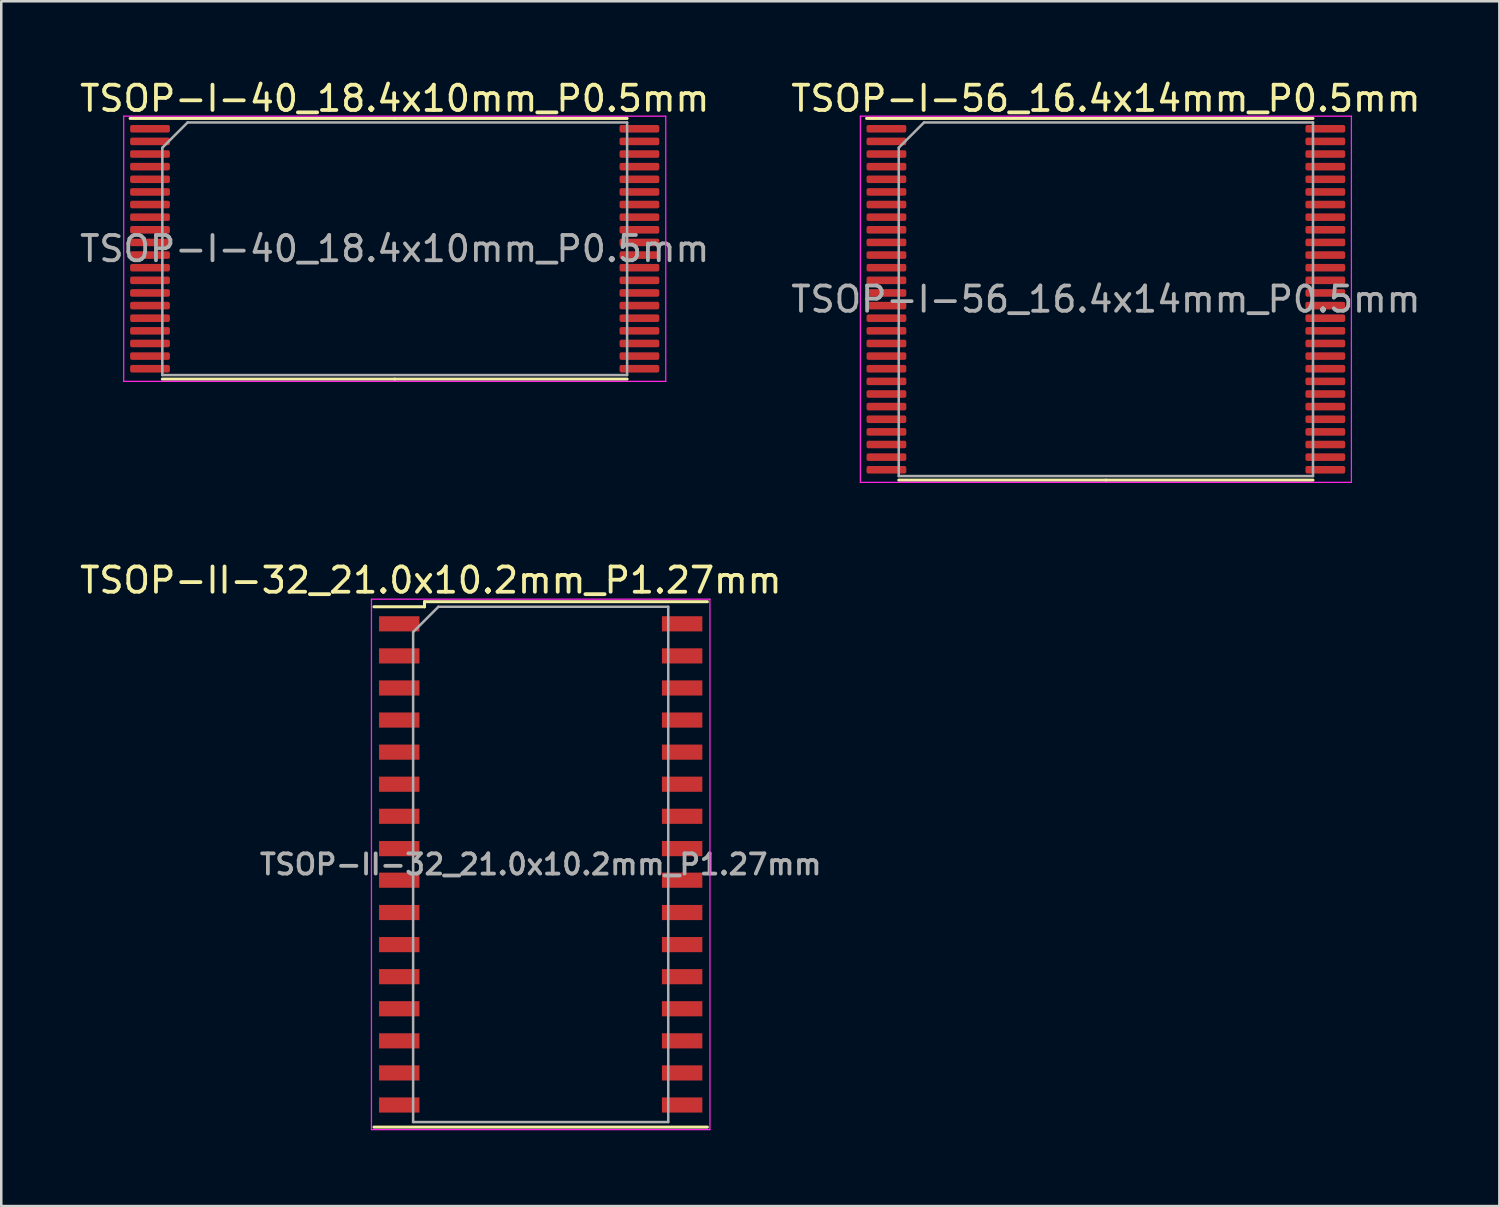
<source format=kicad_pcb>
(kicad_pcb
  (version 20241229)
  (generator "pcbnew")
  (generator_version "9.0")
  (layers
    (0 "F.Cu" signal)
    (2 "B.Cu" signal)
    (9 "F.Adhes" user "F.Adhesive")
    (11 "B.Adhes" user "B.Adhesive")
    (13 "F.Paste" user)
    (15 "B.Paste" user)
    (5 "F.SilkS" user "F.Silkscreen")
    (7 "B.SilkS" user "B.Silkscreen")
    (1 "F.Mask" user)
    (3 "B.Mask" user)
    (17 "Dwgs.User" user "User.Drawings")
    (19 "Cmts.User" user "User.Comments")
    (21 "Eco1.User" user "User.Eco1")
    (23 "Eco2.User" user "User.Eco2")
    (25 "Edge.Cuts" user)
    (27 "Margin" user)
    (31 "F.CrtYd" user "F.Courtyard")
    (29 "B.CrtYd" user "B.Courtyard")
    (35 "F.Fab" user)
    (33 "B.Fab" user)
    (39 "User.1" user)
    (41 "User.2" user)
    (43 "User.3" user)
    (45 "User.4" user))
  (footprint "TSOP-I-40_18.4x10mm_P0.5mm"
    (layer "F.Cu")
    (at 12.577 6.798)
    (property "Reference" "TSOP-I-40_18.4x10mm_P0.5mm" (at 0 -5.95 0) (layer "F.SilkS") (effects (font (size 1 1) (thickness 0.15))))
    (attr smd)
    (fp_line (start 0 -5.16) (end -10.475 -5.16) (stroke (width 0.12) (type solid)) (layer "F.SilkS"))
    (fp_line (start 0 -5.16) (end 9.2 -5.16) (stroke (width 0.12) (type solid)) (layer "F.SilkS"))
    (fp_line (start 0 5.16) (end -9.2 5.16) (stroke (width 0.12) (type solid)) (layer "F.SilkS"))
    (fp_line (start 0 5.16) (end 9.2 5.16) (stroke (width 0.12) (type solid)) (layer "F.SilkS"))
    (fp_line (start -10.73 -5.25) (end -10.73 5.25) (stroke (width 0.05) (type solid)) (layer "F.CrtYd"))
    (fp_line (start -10.73 5.25) (end 10.73 5.25) (stroke (width 0.05) (type solid)) (layer "F.CrtYd"))
    (fp_line (start 10.73 -5.25) (end -10.73 -5.25) (stroke (width 0.05) (type solid)) (layer "F.CrtYd"))
    (fp_line (start 10.73 5.25) (end 10.73 -5.25) (stroke (width 0.05) (type solid)) (layer "F.CrtYd"))
    (fp_line (start -9.2 -4) (end -8.2 -5) (stroke (width 0.1) (type solid)) (layer "F.Fab"))
    (fp_line (start -9.2 5) (end -9.2 -4) (stroke (width 0.1) (type solid)) (layer "F.Fab"))
    (fp_line (start -8.2 -5) (end 9.2 -5) (stroke (width 0.1) (type solid)) (layer "F.Fab"))
    (fp_line (start 9.2 -5) (end 9.2 5) (stroke (width 0.1) (type solid)) (layer "F.Fab"))
    (fp_line (start 9.2 5) (end -9.2 5) (stroke (width 0.1) (type solid)) (layer "F.Fab"))
    (fp_text user "${REFERENCE}" (at 0 0 0) (layer "F.Fab") (effects (font (size 1 1) (thickness 0.15))))
    (pad "1" smd roundrect (at -9.688 -4.75) (size 1.575 0.3) (layers "F.Cu" "F.Mask" "F.Paste") (roundrect_rratio 0.25))
    (pad "2" smd roundrect (at -9.688 -4.25) (size 1.575 0.3) (layers "F.Cu" "F.Mask" "F.Paste") (roundrect_rratio 0.25))
    (pad "3" smd roundrect (at -9.688 -3.75) (size 1.575 0.3) (layers "F.Cu" "F.Mask" "F.Paste") (roundrect_rratio 0.25))
    (pad "4" smd roundrect (at -9.688 -3.25) (size 1.575 0.3) (layers "F.Cu" "F.Mask" "F.Paste") (roundrect_rratio 0.25))
    (pad "5" smd roundrect (at -9.688 -2.75) (size 1.575 0.3) (layers "F.Cu" "F.Mask" "F.Paste") (roundrect_rratio 0.25))
    (pad "6" smd roundrect (at -9.688 -2.25) (size 1.575 0.3) (layers "F.Cu" "F.Mask" "F.Paste") (roundrect_rratio 0.25))
    (pad "7" smd roundrect (at -9.688 -1.75) (size 1.575 0.3) (layers "F.Cu" "F.Mask" "F.Paste") (roundrect_rratio 0.25))
    (pad "8" smd roundrect (at -9.688 -1.25) (size 1.575 0.3) (layers "F.Cu" "F.Mask" "F.Paste") (roundrect_rratio 0.25))
    (pad "9" smd roundrect (at -9.688 -0.75) (size 1.575 0.3) (layers "F.Cu" "F.Mask" "F.Paste") (roundrect_rratio 0.25))
    (pad "10" smd roundrect (at -9.688 -0.25) (size 1.575 0.3) (layers "F.Cu" "F.Mask" "F.Paste") (roundrect_rratio 0.25))
    (pad "11" smd roundrect (at -9.688 0.25) (size 1.575 0.3) (layers "F.Cu" "F.Mask" "F.Paste") (roundrect_rratio 0.25))
    (pad "12" smd roundrect (at -9.688 0.75) (size 1.575 0.3) (layers "F.Cu" "F.Mask" "F.Paste") (roundrect_rratio 0.25))
    (pad "13" smd roundrect (at -9.688 1.25) (size 1.575 0.3) (layers "F.Cu" "F.Mask" "F.Paste") (roundrect_rratio 0.25))
    (pad "14" smd roundrect (at -9.688 1.75) (size 1.575 0.3) (layers "F.Cu" "F.Mask" "F.Paste") (roundrect_rratio 0.25))
    (pad "15" smd roundrect (at -9.688 2.25) (size 1.575 0.3) (layers "F.Cu" "F.Mask" "F.Paste") (roundrect_rratio 0.25))
    (pad "16" smd roundrect (at -9.688 2.75) (size 1.575 0.3) (layers "F.Cu" "F.Mask" "F.Paste") (roundrect_rratio 0.25))
    (pad "17" smd roundrect (at -9.688 3.25) (size 1.575 0.3) (layers "F.Cu" "F.Mask" "F.Paste") (roundrect_rratio 0.25))
    (pad "18" smd roundrect (at -9.688 3.75) (size 1.575 0.3) (layers "F.Cu" "F.Mask" "F.Paste") (roundrect_rratio 0.25))
    (pad "19" smd roundrect (at -9.688 4.25) (size 1.575 0.3) (layers "F.Cu" "F.Mask" "F.Paste") (roundrect_rratio 0.25))
    (pad "20" smd roundrect (at -9.688 4.75) (size 1.575 0.3) (layers "F.Cu" "F.Mask" "F.Paste") (roundrect_rratio 0.25))
    (pad "21" smd roundrect (at 9.688 4.75) (size 1.575 0.3) (layers "F.Cu" "F.Mask" "F.Paste") (roundrect_rratio 0.25))
    (pad "22" smd roundrect (at 9.688 4.25) (size 1.575 0.3) (layers "F.Cu" "F.Mask" "F.Paste") (roundrect_rratio 0.25))
    (pad "23" smd roundrect (at 9.688 3.75) (size 1.575 0.3) (layers "F.Cu" "F.Mask" "F.Paste") (roundrect_rratio 0.25))
    (pad "24" smd roundrect (at 9.688 3.25) (size 1.575 0.3) (layers "F.Cu" "F.Mask" "F.Paste") (roundrect_rratio 0.25))
    (pad "25" smd roundrect (at 9.688 2.75) (size 1.575 0.3) (layers "F.Cu" "F.Mask" "F.Paste") (roundrect_rratio 0.25))
    (pad "26" smd roundrect (at 9.688 2.25) (size 1.575 0.3) (layers "F.Cu" "F.Mask" "F.Paste") (roundrect_rratio 0.25))
    (pad "27" smd roundrect (at 9.688 1.75) (size 1.575 0.3) (layers "F.Cu" "F.Mask" "F.Paste") (roundrect_rratio 0.25))
    (pad "28" smd roundrect (at 9.688 1.25) (size 1.575 0.3) (layers "F.Cu" "F.Mask" "F.Paste") (roundrect_rratio 0.25))
    (pad "29" smd roundrect (at 9.688 0.75) (size 1.575 0.3) (layers "F.Cu" "F.Mask" "F.Paste") (roundrect_rratio 0.25))
    (pad "30" smd roundrect (at 9.688 0.25) (size 1.575 0.3) (layers "F.Cu" "F.Mask" "F.Paste") (roundrect_rratio 0.25))
    (pad "31" smd roundrect (at 9.688 -0.25) (size 1.575 0.3) (layers "F.Cu" "F.Mask" "F.Paste") (roundrect_rratio 0.25))
    (pad "32" smd roundrect (at 9.688 -0.75) (size 1.575 0.3) (layers "F.Cu" "F.Mask" "F.Paste") (roundrect_rratio 0.25))
    (pad "33" smd roundrect (at 9.688 -1.25) (size 1.575 0.3) (layers "F.Cu" "F.Mask" "F.Paste") (roundrect_rratio 0.25))
    (pad "34" smd roundrect (at 9.688 -1.75) (size 1.575 0.3) (layers "F.Cu" "F.Mask" "F.Paste") (roundrect_rratio 0.25))
    (pad "35" smd roundrect (at 9.688 -2.25) (size 1.575 0.3) (layers "F.Cu" "F.Mask" "F.Paste") (roundrect_rratio 0.25))
    (pad "36" smd roundrect (at 9.688 -2.75) (size 1.575 0.3) (layers "F.Cu" "F.Mask" "F.Paste") (roundrect_rratio 0.25))
    (pad "37" smd roundrect (at 9.688 -3.25) (size 1.575 0.3) (layers "F.Cu" "F.Mask" "F.Paste") (roundrect_rratio 0.25))
    (pad "38" smd roundrect (at 9.688 -3.75) (size 1.575 0.3) (layers "F.Cu" "F.Mask" "F.Paste") (roundrect_rratio 0.25))
    (pad "39" smd roundrect (at 9.688 -4.25) (size 1.575 0.3) (layers "F.Cu" "F.Mask" "F.Paste") (roundrect_rratio 0.25))
    (pad "40" smd roundrect (at 9.688 -4.75) (size 1.575 0.3) (layers "F.Cu" "F.Mask" "F.Paste") (roundrect_rratio 0.25)))
  (footprint "TSOP-I-56_16.4x14mm_P0.5mm"
    (layer "F.Cu")
    (at 40.732 8.798)
    (property "Reference" "TSOP-I-56_16.4x14mm_P0.5mm" (at 0 -7.95 0) (layer "F.SilkS") (effects (font (size 1 1) (thickness 0.15))))
    (attr smd)
    (fp_line (start 0 -7.16) (end -9.475 -7.16) (stroke (width 0.12) (type solid)) (layer "F.SilkS"))
    (fp_line (start 0 -7.16) (end 8.2 -7.16) (stroke (width 0.12) (type solid)) (layer "F.SilkS"))
    (fp_line (start 0 7.16) (end -8.2 7.16) (stroke (width 0.12) (type solid)) (layer "F.SilkS"))
    (fp_line (start 0 7.16) (end 8.2 7.16) (stroke (width 0.12) (type solid)) (layer "F.SilkS"))
    (fp_line (start -9.72 -7.25) (end -9.72 7.25) (stroke (width 0.05) (type solid)) (layer "F.CrtYd"))
    (fp_line (start -9.72 7.25) (end 9.72 7.25) (stroke (width 0.05) (type solid)) (layer "F.CrtYd"))
    (fp_line (start 9.72 -7.25) (end -9.72 -7.25) (stroke (width 0.05) (type solid)) (layer "F.CrtYd"))
    (fp_line (start 9.72 7.25) (end 9.72 -7.25) (stroke (width 0.05) (type solid)) (layer "F.CrtYd"))
    (fp_line (start -8.2 -6) (end -7.2 -7) (stroke (width 0.1) (type solid)) (layer "F.Fab"))
    (fp_line (start -8.2 7) (end -8.2 -6) (stroke (width 0.1) (type solid)) (layer "F.Fab"))
    (fp_line (start -7.2 -7) (end 8.2 -7) (stroke (width 0.1) (type solid)) (layer "F.Fab"))
    (fp_line (start 8.2 -7) (end 8.2 7) (stroke (width 0.1) (type solid)) (layer "F.Fab"))
    (fp_line (start 8.2 7) (end -8.2 7) (stroke (width 0.1) (type solid)) (layer "F.Fab"))
    (fp_text user "${REFERENCE}" (at 0 0 0) (layer "F.Fab") (effects (font (size 1 1) (thickness 0.15))))
    (pad "1" smd roundrect (at -8.688 -6.75) (size 1.575 0.3) (layers "F.Cu" "F.Mask" "F.Paste") (roundrect_rratio 0.25))
    (pad "2" smd roundrect (at -8.688 -6.25) (size 1.575 0.3) (layers "F.Cu" "F.Mask" "F.Paste") (roundrect_rratio 0.25))
    (pad "3" smd roundrect (at -8.688 -5.75) (size 1.575 0.3) (layers "F.Cu" "F.Mask" "F.Paste") (roundrect_rratio 0.25))
    (pad "4" smd roundrect (at -8.688 -5.25) (size 1.575 0.3) (layers "F.Cu" "F.Mask" "F.Paste") (roundrect_rratio 0.25))
    (pad "5" smd roundrect (at -8.688 -4.75) (size 1.575 0.3) (layers "F.Cu" "F.Mask" "F.Paste") (roundrect_rratio 0.25))
    (pad "6" smd roundrect (at -8.688 -4.25) (size 1.575 0.3) (layers "F.Cu" "F.Mask" "F.Paste") (roundrect_rratio 0.25))
    (pad "7" smd roundrect (at -8.688 -3.75) (size 1.575 0.3) (layers "F.Cu" "F.Mask" "F.Paste") (roundrect_rratio 0.25))
    (pad "8" smd roundrect (at -8.688 -3.25) (size 1.575 0.3) (layers "F.Cu" "F.Mask" "F.Paste") (roundrect_rratio 0.25))
    (pad "9" smd roundrect (at -8.688 -2.75) (size 1.575 0.3) (layers "F.Cu" "F.Mask" "F.Paste") (roundrect_rratio 0.25))
    (pad "10" smd roundrect (at -8.688 -2.25) (size 1.575 0.3) (layers "F.Cu" "F.Mask" "F.Paste") (roundrect_rratio 0.25))
    (pad "11" smd roundrect (at -8.688 -1.75) (size 1.575 0.3) (layers "F.Cu" "F.Mask" "F.Paste") (roundrect_rratio 0.25))
    (pad "12" smd roundrect (at -8.688 -1.25) (size 1.575 0.3) (layers "F.Cu" "F.Mask" "F.Paste") (roundrect_rratio 0.25))
    (pad "13" smd roundrect (at -8.688 -0.75) (size 1.575 0.3) (layers "F.Cu" "F.Mask" "F.Paste") (roundrect_rratio 0.25))
    (pad "14" smd roundrect (at -8.688 -0.25) (size 1.575 0.3) (layers "F.Cu" "F.Mask" "F.Paste") (roundrect_rratio 0.25))
    (pad "15" smd roundrect (at -8.688 0.25) (size 1.575 0.3) (layers "F.Cu" "F.Mask" "F.Paste") (roundrect_rratio 0.25))
    (pad "16" smd roundrect (at -8.688 0.75) (size 1.575 0.3) (layers "F.Cu" "F.Mask" "F.Paste") (roundrect_rratio 0.25))
    (pad "17" smd roundrect (at -8.688 1.25) (size 1.575 0.3) (layers "F.Cu" "F.Mask" "F.Paste") (roundrect_rratio 0.25))
    (pad "18" smd roundrect (at -8.688 1.75) (size 1.575 0.3) (layers "F.Cu" "F.Mask" "F.Paste") (roundrect_rratio 0.25))
    (pad "19" smd roundrect (at -8.688 2.25) (size 1.575 0.3) (layers "F.Cu" "F.Mask" "F.Paste") (roundrect_rratio 0.25))
    (pad "20" smd roundrect (at -8.688 2.75) (size 1.575 0.3) (layers "F.Cu" "F.Mask" "F.Paste") (roundrect_rratio 0.25))
    (pad "21" smd roundrect (at -8.688 3.25) (size 1.575 0.3) (layers "F.Cu" "F.Mask" "F.Paste") (roundrect_rratio 0.25))
    (pad "22" smd roundrect (at -8.688 3.75) (size 1.575 0.3) (layers "F.Cu" "F.Mask" "F.Paste") (roundrect_rratio 0.25))
    (pad "23" smd roundrect (at -8.688 4.25) (size 1.575 0.3) (layers "F.Cu" "F.Mask" "F.Paste") (roundrect_rratio 0.25))
    (pad "24" smd roundrect (at -8.688 4.75) (size 1.575 0.3) (layers "F.Cu" "F.Mask" "F.Paste") (roundrect_rratio 0.25))
    (pad "25" smd roundrect (at -8.688 5.25) (size 1.575 0.3) (layers "F.Cu" "F.Mask" "F.Paste") (roundrect_rratio 0.25))
    (pad "26" smd roundrect (at -8.688 5.75) (size 1.575 0.3) (layers "F.Cu" "F.Mask" "F.Paste") (roundrect_rratio 0.25))
    (pad "27" smd roundrect (at -8.688 6.25) (size 1.575 0.3) (layers "F.Cu" "F.Mask" "F.Paste") (roundrect_rratio 0.25))
    (pad "28" smd roundrect (at -8.688 6.75) (size 1.575 0.3) (layers "F.Cu" "F.Mask" "F.Paste") (roundrect_rratio 0.25))
    (pad "29" smd roundrect (at 8.688 6.75) (size 1.575 0.3) (layers "F.Cu" "F.Mask" "F.Paste") (roundrect_rratio 0.25))
    (pad "30" smd roundrect (at 8.688 6.25) (size 1.575 0.3) (layers "F.Cu" "F.Mask" "F.Paste") (roundrect_rratio 0.25))
    (pad "31" smd roundrect (at 8.688 5.75) (size 1.575 0.3) (layers "F.Cu" "F.Mask" "F.Paste") (roundrect_rratio 0.25))
    (pad "32" smd roundrect (at 8.688 5.25) (size 1.575 0.3) (layers "F.Cu" "F.Mask" "F.Paste") (roundrect_rratio 0.25))
    (pad "33" smd roundrect (at 8.688 4.75) (size 1.575 0.3) (layers "F.Cu" "F.Mask" "F.Paste") (roundrect_rratio 0.25))
    (pad "34" smd roundrect (at 8.688 4.25) (size 1.575 0.3) (layers "F.Cu" "F.Mask" "F.Paste") (roundrect_rratio 0.25))
    (pad "35" smd roundrect (at 8.688 3.75) (size 1.575 0.3) (layers "F.Cu" "F.Mask" "F.Paste") (roundrect_rratio 0.25))
    (pad "36" smd roundrect (at 8.688 3.25) (size 1.575 0.3) (layers "F.Cu" "F.Mask" "F.Paste") (roundrect_rratio 0.25))
    (pad "37" smd roundrect (at 8.688 2.75) (size 1.575 0.3) (layers "F.Cu" "F.Mask" "F.Paste") (roundrect_rratio 0.25))
    (pad "38" smd roundrect (at 8.688 2.25) (size 1.575 0.3) (layers "F.Cu" "F.Mask" "F.Paste") (roundrect_rratio 0.25))
    (pad "39" smd roundrect (at 8.688 1.75) (size 1.575 0.3) (layers "F.Cu" "F.Mask" "F.Paste") (roundrect_rratio 0.25))
    (pad "40" smd roundrect (at 8.688 1.25) (size 1.575 0.3) (layers "F.Cu" "F.Mask" "F.Paste") (roundrect_rratio 0.25))
    (pad "41" smd roundrect (at 8.688 0.75) (size 1.575 0.3) (layers "F.Cu" "F.Mask" "F.Paste") (roundrect_rratio 0.25))
    (pad "42" smd roundrect (at 8.688 0.25) (size 1.575 0.3) (layers "F.Cu" "F.Mask" "F.Paste") (roundrect_rratio 0.25))
    (pad "43" smd roundrect (at 8.688 -0.25) (size 1.575 0.3) (layers "F.Cu" "F.Mask" "F.Paste") (roundrect_rratio 0.25))
    (pad "44" smd roundrect (at 8.688 -0.75) (size 1.575 0.3) (layers "F.Cu" "F.Mask" "F.Paste") (roundrect_rratio 0.25))
    (pad "45" smd roundrect (at 8.688 -1.25) (size 1.575 0.3) (layers "F.Cu" "F.Mask" "F.Paste") (roundrect_rratio 0.25))
    (pad "46" smd roundrect (at 8.688 -1.75) (size 1.575 0.3) (layers "F.Cu" "F.Mask" "F.Paste") (roundrect_rratio 0.25))
    (pad "47" smd roundrect (at 8.688 -2.25) (size 1.575 0.3) (layers "F.Cu" "F.Mask" "F.Paste") (roundrect_rratio 0.25))
    (pad "48" smd roundrect (at 8.688 -2.75) (size 1.575 0.3) (layers "F.Cu" "F.Mask" "F.Paste") (roundrect_rratio 0.25))
    (pad "49" smd roundrect (at 8.688 -3.25) (size 1.575 0.3) (layers "F.Cu" "F.Mask" "F.Paste") (roundrect_rratio 0.25))
    (pad "50" smd roundrect (at 8.688 -3.75) (size 1.575 0.3) (layers "F.Cu" "F.Mask" "F.Paste") (roundrect_rratio 0.25))
    (pad "51" smd roundrect (at 8.688 -4.25) (size 1.575 0.3) (layers "F.Cu" "F.Mask" "F.Paste") (roundrect_rratio 0.25))
    (pad "52" smd roundrect (at 8.688 -4.75) (size 1.575 0.3) (layers "F.Cu" "F.Mask" "F.Paste") (roundrect_rratio 0.25))
    (pad "53" smd roundrect (at 8.688 -5.25) (size 1.575 0.3) (layers "F.Cu" "F.Mask" "F.Paste") (roundrect_rratio 0.25))
    (pad "54" smd roundrect (at 8.688 -5.75) (size 1.575 0.3) (layers "F.Cu" "F.Mask" "F.Paste") (roundrect_rratio 0.25))
    (pad "55" smd roundrect (at 8.688 -6.25) (size 1.575 0.3) (layers "F.Cu" "F.Mask" "F.Paste") (roundrect_rratio 0.25))
    (pad "56" smd roundrect (at 8.688 -6.75) (size 1.575 0.3) (layers "F.Cu" "F.Mask" "F.Paste") (roundrect_rratio 0.25)))
  (footprint "TSOP-II-32_21.0x10.2mm_P1.27mm"
    (layer "F.Cu")
    (at 18.356 31.172)
    (property "Reference" "TSOP-II-32_21.0x10.2mm_P1.27mm" (at -4.35 -11.25 0) (layer "F.SilkS") (effects (font (size 1 1) (thickness 0.15))))
    (attr smd)
    (fp_line (start -6.6 10.4) (end 6.6 10.4) (stroke (width 0.12) (type solid)) (layer "F.SilkS"))
    (fp_line (start -4.6 -10.4) (end -4.6 -10.2) (stroke (width 0.12) (type solid)) (layer "F.SilkS"))
    (fp_line (start -4.6 -10.4) (end 6.6 -10.4) (stroke (width 0.12) (type solid)) (layer "F.SilkS"))
    (fp_line (start -4.6 -10.2) (end -6.6 -10.2) (stroke (width 0.12) (type solid)) (layer "F.SilkS"))
    (fp_line (start -6.7 -10.5) (end -6.7 10.5) (stroke (width 0.05) (type solid)) (layer "F.CrtYd"))
    (fp_line (start -6.7 -10.5) (end 6.7 -10.5) (stroke (width 0.05) (type solid)) (layer "F.CrtYd"))
    (fp_line (start -6.7 10.5) (end 6.7 10.5) (stroke (width 0.05) (type solid)) (layer "F.CrtYd"))
    (fp_line (start 6.7 -10.5) (end 6.7 10.5) (stroke (width 0.05) (type solid)) (layer "F.CrtYd"))
    (fp_line (start -5.05 -9.2) (end -4.05 -10.2) (stroke (width 0.1) (type solid)) (layer "F.Fab"))
    (fp_line (start -5.05 10.2) (end -5.05 -9.2) (stroke (width 0.1) (type solid)) (layer "F.Fab"))
    (fp_line (start -4.05 -10.2) (end 5.05 -10.2) (stroke (width 0.1) (type solid)) (layer "F.Fab"))
    (fp_line (start 5.05 -10.2) (end 5.05 10.2) (stroke (width 0.1) (type solid)) (layer "F.Fab"))
    (fp_line (start 5.05 10.2) (end -5.05 10.2) (stroke (width 0.1) (type solid)) (layer "F.Fab"))
    (fp_text user "${REFERENCE}" (at 0 0 0) (layer "F.Fab") (effects (font (size 0.8 0.8) (thickness 0.15))))
    (pad "1" smd rect (at -5.6 -9.525) (size 1.6 0.6) (layers "F.Cu" "F.Mask" "F.Paste"))
    (pad "2" smd rect (at -5.6 -8.255) (size 1.6 0.6) (layers "F.Cu" "F.Mask" "F.Paste"))
    (pad "3" smd rect (at -5.6 -6.985) (size 1.6 0.6) (layers "F.Cu" "F.Mask" "F.Paste"))
    (pad "4" smd rect (at -5.6 -5.715) (size 1.6 0.6) (layers "F.Cu" "F.Mask" "F.Paste"))
    (pad "5" smd rect (at -5.6 -4.445) (size 1.6 0.6) (layers "F.Cu" "F.Mask" "F.Paste"))
    (pad "6" smd rect (at -5.6 -3.175) (size 1.6 0.6) (layers "F.Cu" "F.Mask" "F.Paste"))
    (pad "7" smd rect (at -5.6 -1.905) (size 1.6 0.6) (layers "F.Cu" "F.Mask" "F.Paste"))
    (pad "8" smd rect (at -5.6 -0.625) (size 1.6 0.6) (layers "F.Cu" "F.Mask" "F.Paste"))
    (pad "9" smd rect (at -5.6 0.625) (size 1.6 0.6) (layers "F.Cu" "F.Mask" "F.Paste"))
    (pad "10" smd rect (at -5.6 1.905) (size 1.6 0.6) (layers "F.Cu" "F.Mask" "F.Paste"))
    (pad "11" smd rect (at -5.6 3.175) (size 1.6 0.6) (layers "F.Cu" "F.Mask" "F.Paste"))
    (pad "12" smd rect (at -5.6 4.445) (size 1.6 0.6) (layers "F.Cu" "F.Mask" "F.Paste"))
    (pad "13" smd rect (at -5.6 5.715) (size 1.6 0.6) (layers "F.Cu" "F.Mask" "F.Paste"))
    (pad "14" smd rect (at -5.6 6.985) (size 1.6 0.6) (layers "F.Cu" "F.Mask" "F.Paste"))
    (pad "15" smd rect (at -5.6 8.255) (size 1.6 0.6) (layers "F.Cu" "F.Mask" "F.Paste"))
    (pad "16" smd rect (at -5.6 9.525) (size 1.6 0.6) (layers "F.Cu" "F.Mask" "F.Paste"))
    (pad "17" smd rect (at 5.6 9.525) (size 1.6 0.6) (layers "F.Cu" "F.Mask" "F.Paste"))
    (pad "18" smd rect (at 5.6 8.255) (size 1.6 0.6) (layers "F.Cu" "F.Mask" "F.Paste"))
    (pad "19" smd rect (at 5.6 6.985) (size 1.6 0.6) (layers "F.Cu" "F.Mask" "F.Paste"))
    (pad "20" smd rect (at 5.6 5.715) (size 1.6 0.6) (layers "F.Cu" "F.Mask" "F.Paste"))
    (pad "21" smd rect (at 5.6 4.445) (size 1.6 0.6) (layers "F.Cu" "F.Mask" "F.Paste"))
    (pad "22" smd rect (at 5.6 3.175) (size 1.6 0.6) (layers "F.Cu" "F.Mask" "F.Paste"))
    (pad "23" smd rect (at 5.6 1.905) (size 1.6 0.6) (layers "F.Cu" "F.Mask" "F.Paste"))
    (pad "24" smd rect (at 5.6 0.625) (size 1.6 0.6) (layers "F.Cu" "F.Mask" "F.Paste"))
    (pad "25" smd rect (at 5.6 -0.625) (size 1.6 0.6) (layers "F.Cu" "F.Mask" "F.Paste"))
    (pad "26" smd rect (at 5.6 -1.905) (size 1.6 0.6) (layers "F.Cu" "F.Mask" "F.Paste"))
    (pad "27" smd rect (at 5.6 -3.175) (size 1.6 0.6) (layers "F.Cu" "F.Mask" "F.Paste"))
    (pad "28" smd rect (at 5.6 -4.445) (size 1.6 0.6) (layers "F.Cu" "F.Mask" "F.Paste"))
    (pad "29" smd rect (at 5.6 -5.715) (size 1.6 0.6) (layers "F.Cu" "F.Mask" "F.Paste"))
    (pad "30" smd rect (at 5.6 -6.985) (size 1.6 0.6) (layers "F.Cu" "F.Mask" "F.Paste"))
    (pad "31" smd rect (at 5.6 -8.255) (size 1.6 0.6) (layers "F.Cu" "F.Mask" "F.Paste"))
    (pad "32" smd rect (at 5.6 -9.525) (size 1.6 0.6) (layers "F.Cu" "F.Mask" "F.Paste")))
  (gr_rect
    (start -3 -3)
    (end 56.31 44.697)
    (stroke (width 0.1) (type default))
    (fill no)
    (layer "Edge.Cuts")))
</source>
